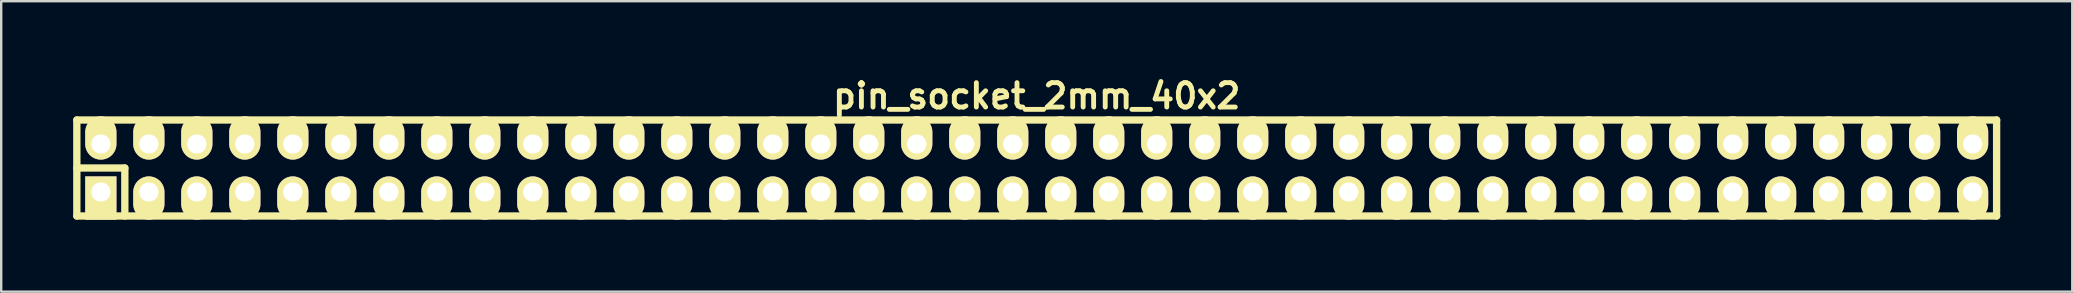
<source format=kicad_pcb>
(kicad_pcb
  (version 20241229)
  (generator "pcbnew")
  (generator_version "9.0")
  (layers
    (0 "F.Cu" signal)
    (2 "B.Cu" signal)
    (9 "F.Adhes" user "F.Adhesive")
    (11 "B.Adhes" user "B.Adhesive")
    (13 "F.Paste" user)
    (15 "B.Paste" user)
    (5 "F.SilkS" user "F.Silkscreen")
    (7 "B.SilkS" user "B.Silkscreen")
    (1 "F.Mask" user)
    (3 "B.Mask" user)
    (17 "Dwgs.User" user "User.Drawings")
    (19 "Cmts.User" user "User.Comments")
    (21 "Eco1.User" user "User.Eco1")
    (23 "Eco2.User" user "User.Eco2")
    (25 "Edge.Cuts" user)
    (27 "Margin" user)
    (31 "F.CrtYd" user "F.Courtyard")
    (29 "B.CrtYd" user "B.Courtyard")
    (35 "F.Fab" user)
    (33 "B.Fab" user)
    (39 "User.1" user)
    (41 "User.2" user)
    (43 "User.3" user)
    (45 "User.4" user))
  (footprint "pin_socket_2mm_40x2"
    (layer "F.Cu")
    (at 40.152 3.951)
    (property "Reference" "pin_socket_2mm_40x2" (at 0 -3 0) (layer "F.SilkS") (effects (font (size 1.016 1.016) (thickness 0.203))))
    (attr through_hole)
    (fp_line (start -40 -2) (end 40 -2) (stroke (width 0.305) (type solid)) (layer "F.SilkS"))
    (fp_line (start -40 0) (end -38 0) (stroke (width 0.305) (type solid)) (layer "F.SilkS"))
    (fp_line (start -40 2) (end -40 -2) (stroke (width 0.305) (type solid)) (layer "F.SilkS"))
    (fp_line (start -38 0) (end -38 2) (stroke (width 0.305) (type solid)) (layer "F.SilkS"))
    (fp_line (start 40 -2) (end 40 2) (stroke (width 0.305) (type solid)) (layer "F.SilkS"))
    (fp_line (start 40 2) (end -40 2) (stroke (width 0.305) (type solid)) (layer "F.SilkS"))
    (pad "1" thru_hole rect (at -39 1) (size 1.3 1.8) (drill 0.8 (offset 0 0.25)) (layers "*.Cu" "*.Mask" "F.SilkS"))
    (pad "2" thru_hole oval (at -39 -1) (size 1.3 1.8) (drill 0.8 (offset 0 -0.25)) (layers "*.Cu" "*.Mask" "F.SilkS"))
    (pad "3" thru_hole oval (at -37 1) (size 1.3 1.8) (drill 0.8 (offset 0 0.25)) (layers "*.Cu" "*.Mask" "F.SilkS"))
    (pad "4" thru_hole oval (at -37 -1) (size 1.3 1.8) (drill 0.8 (offset 0 -0.25)) (layers "*.Cu" "*.Mask" "F.SilkS"))
    (pad "5" thru_hole oval (at -35 1) (size 1.3 1.8) (drill 0.8 (offset 0 0.25)) (layers "*.Cu" "*.Mask" "F.SilkS"))
    (pad "6" thru_hole oval (at -35 -1) (size 1.3 1.8) (drill 0.8 (offset 0 -0.25)) (layers "*.Cu" "*.Mask" "F.SilkS"))
    (pad "7" thru_hole oval (at -33 1) (size 1.3 1.8) (drill 0.8 (offset 0 0.25)) (layers "*.Cu" "*.Mask" "F.SilkS"))
    (pad "8" thru_hole oval (at -33 -1) (size 1.3 1.8) (drill 0.8 (offset 0 -0.25)) (layers "*.Cu" "*.Mask" "F.SilkS"))
    (pad "9" thru_hole oval (at -31 1) (size 1.3 1.8) (drill 0.8 (offset 0 0.25)) (layers "*.Cu" "*.Mask" "F.SilkS"))
    (pad "10" thru_hole oval (at -31 -1) (size 1.3 1.8) (drill 0.8 (offset 0 -0.25)) (layers "*.Cu" "*.Mask" "F.SilkS"))
    (pad "11" thru_hole oval (at -29 1) (size 1.3 1.8) (drill 0.8 (offset 0 0.25)) (layers "*.Cu" "*.Mask" "F.SilkS"))
    (pad "12" thru_hole oval (at -29 -1) (size 1.3 1.8) (drill 0.8 (offset 0 -0.25)) (layers "*.Cu" "*.Mask" "F.SilkS"))
    (pad "13" thru_hole oval (at -27 1) (size 1.3 1.8) (drill 0.8 (offset 0 0.25)) (layers "*.Cu" "*.Mask" "F.SilkS"))
    (pad "14" thru_hole oval (at -27 -1) (size 1.3 1.8) (drill 0.8 (offset 0 -0.25)) (layers "*.Cu" "*.Mask" "F.SilkS"))
    (pad "15" thru_hole oval (at -25 1) (size 1.3 1.8) (drill 0.8 (offset 0 0.25)) (layers "*.Cu" "*.Mask" "F.SilkS"))
    (pad "16" thru_hole oval (at -25 -1) (size 1.3 1.8) (drill 0.8 (offset 0 -0.25)) (layers "*.Cu" "*.Mask" "F.SilkS"))
    (pad "17" thru_hole oval (at -23 1) (size 1.3 1.8) (drill 0.8 (offset 0 0.25)) (layers "*.Cu" "*.Mask" "F.SilkS"))
    (pad "18" thru_hole oval (at -23 -1) (size 1.3 1.8) (drill 0.8 (offset 0 -0.25)) (layers "*.Cu" "*.Mask" "F.SilkS"))
    (pad "19" thru_hole oval (at -21 1) (size 1.3 1.8) (drill 0.8 (offset 0 0.25)) (layers "*.Cu" "*.Mask" "F.SilkS"))
    (pad "20" thru_hole oval (at -21 -1) (size 1.3 1.8) (drill 0.8 (offset 0 -0.25)) (layers "*.Cu" "*.Mask" "F.SilkS"))
    (pad "21" thru_hole oval (at -19 1) (size 1.3 1.8) (drill 0.8 (offset 0 0.25)) (layers "*.Cu" "*.Mask" "F.SilkS"))
    (pad "22" thru_hole oval (at -19 -1) (size 1.3 1.8) (drill 0.8 (offset 0 -0.25)) (layers "*.Cu" "*.Mask" "F.SilkS"))
    (pad "23" thru_hole oval (at -17 1) (size 1.3 1.8) (drill 0.8 (offset 0 0.25)) (layers "*.Cu" "*.Mask" "F.SilkS"))
    (pad "24" thru_hole oval (at -17 -1) (size 1.3 1.8) (drill 0.8 (offset 0 -0.25)) (layers "*.Cu" "*.Mask" "F.SilkS"))
    (pad "25" thru_hole oval (at -15 1) (size 1.3 1.8) (drill 0.8 (offset 0 0.25)) (layers "*.Cu" "*.Mask" "F.SilkS"))
    (pad "26" thru_hole oval (at -15 -1) (size 1.3 1.8) (drill 0.8 (offset 0 -0.25)) (layers "*.Cu" "*.Mask" "F.SilkS"))
    (pad "27" thru_hole oval (at -13 1) (size 1.3 1.8) (drill 0.8 (offset 0 0.25)) (layers "*.Cu" "*.Mask" "F.SilkS"))
    (pad "28" thru_hole oval (at -13 -1) (size 1.3 1.8) (drill 0.8 (offset 0 -0.25)) (layers "*.Cu" "*.Mask" "F.SilkS"))
    (pad "29" thru_hole oval (at -11 1) (size 1.3 1.8) (drill 0.8 (offset 0 0.25)) (layers "*.Cu" "*.Mask" "F.SilkS"))
    (pad "30" thru_hole oval (at -11 -1) (size 1.3 1.8) (drill 0.8 (offset 0 -0.25)) (layers "*.Cu" "*.Mask" "F.SilkS"))
    (pad "31" thru_hole oval (at -9 1) (size 1.3 1.8) (drill 0.8 (offset 0 0.25)) (layers "*.Cu" "*.Mask" "F.SilkS"))
    (pad "32" thru_hole oval (at -9 -1) (size 1.3 1.8) (drill 0.8 (offset 0 -0.25)) (layers "*.Cu" "*.Mask" "F.SilkS"))
    (pad "33" thru_hole oval (at -7 1) (size 1.3 1.8) (drill 0.8 (offset 0 0.25)) (layers "*.Cu" "*.Mask" "F.SilkS"))
    (pad "34" thru_hole oval (at -7 -1) (size 1.3 1.8) (drill 0.8 (offset 0 -0.25)) (layers "*.Cu" "*.Mask" "F.SilkS"))
    (pad "35" thru_hole oval (at -5 1) (size 1.3 1.8) (drill 0.8 (offset 0 0.25)) (layers "*.Cu" "*.Mask" "F.SilkS"))
    (pad "36" thru_hole oval (at -5 -1) (size 1.3 1.8) (drill 0.8 (offset 0 -0.25)) (layers "*.Cu" "*.Mask" "F.SilkS"))
    (pad "37" thru_hole oval (at -3 1) (size 1.3 1.8) (drill 0.8 (offset 0 0.25)) (layers "*.Cu" "*.Mask" "F.SilkS"))
    (pad "38" thru_hole oval (at -3 -1) (size 1.3 1.8) (drill 0.8 (offset 0 -0.25)) (layers "*.Cu" "*.Mask" "F.SilkS"))
    (pad "39" thru_hole oval (at -1 1) (size 1.3 1.8) (drill 0.8 (offset 0 0.25)) (layers "*.Cu" "*.Mask" "F.SilkS"))
    (pad "40" thru_hole oval (at -1 -1) (size 1.3 1.8) (drill 0.8 (offset 0 -0.25)) (layers "*.Cu" "*.Mask" "F.SilkS"))
    (pad "41" thru_hole oval (at 1 1) (size 1.3 1.8) (drill 0.8 (offset 0 0.25)) (layers "*.Cu" "*.Mask" "F.SilkS"))
    (pad "42" thru_hole oval (at 1 -1) (size 1.3 1.8) (drill 0.8 (offset 0 -0.25)) (layers "*.Cu" "*.Mask" "F.SilkS"))
    (pad "43" thru_hole oval (at 3 1) (size 1.3 1.8) (drill 0.8 (offset 0 0.25)) (layers "*.Cu" "*.Mask" "F.SilkS"))
    (pad "44" thru_hole oval (at 3 -1) (size 1.3 1.8) (drill 0.8 (offset 0 -0.25)) (layers "*.Cu" "*.Mask" "F.SilkS"))
    (pad "45" thru_hole oval (at 5 1) (size 1.3 1.8) (drill 0.8 (offset 0 0.25)) (layers "*.Cu" "*.Mask" "F.SilkS"))
    (pad "46" thru_hole oval (at 5 -1) (size 1.3 1.8) (drill 0.8 (offset 0 -0.25)) (layers "*.Cu" "*.Mask" "F.SilkS"))
    (pad "47" thru_hole oval (at 7 1) (size 1.3 1.8) (drill 0.8 (offset 0 0.25)) (layers "*.Cu" "*.Mask" "F.SilkS"))
    (pad "48" thru_hole oval (at 7 -1) (size 1.3 1.8) (drill 0.8 (offset 0 -0.25)) (layers "*.Cu" "*.Mask" "F.SilkS"))
    (pad "49" thru_hole oval (at 9 1) (size 1.3 1.8) (drill 0.8 (offset 0 0.25)) (layers "*.Cu" "*.Mask" "F.SilkS"))
    (pad "50" thru_hole oval (at 9 -1) (size 1.3 1.8) (drill 0.8 (offset 0 -0.25)) (layers "*.Cu" "*.Mask" "F.SilkS"))
    (pad "51" thru_hole oval (at 11 1) (size 1.3 1.8) (drill 0.8 (offset 0 0.25)) (layers "*.Cu" "*.Mask" "F.SilkS"))
    (pad "52" thru_hole oval (at 11 -1) (size 1.3 1.8) (drill 0.8 (offset 0 -0.25)) (layers "*.Cu" "*.Mask" "F.SilkS"))
    (pad "53" thru_hole oval (at 13 1) (size 1.3 1.8) (drill 0.8 (offset 0 0.25)) (layers "*.Cu" "*.Mask" "F.SilkS"))
    (pad "54" thru_hole oval (at 13 -1) (size 1.3 1.8) (drill 0.8 (offset 0 -0.25)) (layers "*.Cu" "*.Mask" "F.SilkS"))
    (pad "55" thru_hole oval (at 15 1) (size 1.3 1.8) (drill 0.8 (offset 0 0.25)) (layers "*.Cu" "*.Mask" "F.SilkS"))
    (pad "56" thru_hole oval (at 15 -1) (size 1.3 1.8) (drill 0.8 (offset 0 -0.25)) (layers "*.Cu" "*.Mask" "F.SilkS"))
    (pad "57" thru_hole oval (at 17 1) (size 1.3 1.8) (drill 0.8 (offset 0 0.25)) (layers "*.Cu" "*.Mask" "F.SilkS"))
    (pad "58" thru_hole oval (at 17 -1) (size 1.3 1.8) (drill 0.8 (offset 0 -0.25)) (layers "*.Cu" "*.Mask" "F.SilkS"))
    (pad "59" thru_hole oval (at 19 1) (size 1.3 1.8) (drill 0.8 (offset 0 0.25)) (layers "*.Cu" "*.Mask" "F.SilkS"))
    (pad "60" thru_hole oval (at 19 -1) (size 1.3 1.8) (drill 0.8 (offset 0 -0.25)) (layers "*.Cu" "*.Mask" "F.SilkS"))
    (pad "61" thru_hole oval (at 21 1) (size 1.3 1.8) (drill 0.8 (offset 0 0.25)) (layers "*.Cu" "*.Mask" "F.SilkS"))
    (pad "62" thru_hole oval (at 21 -1) (size 1.3 1.8) (drill 0.8 (offset 0 -0.25)) (layers "*.Cu" "*.Mask" "F.SilkS"))
    (pad "63" thru_hole oval (at 23 1) (size 1.3 1.8) (drill 0.8 (offset 0 0.25)) (layers "*.Cu" "*.Mask" "F.SilkS"))
    (pad "64" thru_hole oval (at 23 -1) (size 1.3 1.8) (drill 0.8 (offset 0 -0.25)) (layers "*.Cu" "*.Mask" "F.SilkS"))
    (pad "65" thru_hole oval (at 25 1) (size 1.3 1.8) (drill 0.8 (offset 0 0.25)) (layers "*.Cu" "*.Mask" "F.SilkS"))
    (pad "66" thru_hole oval (at 25 -1) (size 1.3 1.8) (drill 0.8 (offset 0 -0.25)) (layers "*.Cu" "*.Mask" "F.SilkS"))
    (pad "67" thru_hole oval (at 27 1) (size 1.3 1.8) (drill 0.8 (offset 0 0.25)) (layers "*.Cu" "*.Mask" "F.SilkS"))
    (pad "68" thru_hole oval (at 27 -1) (size 1.3 1.8) (drill 0.8 (offset 0 -0.25)) (layers "*.Cu" "*.Mask" "F.SilkS"))
    (pad "69" thru_hole oval (at 29 1) (size 1.3 1.8) (drill 0.8 (offset 0 0.25)) (layers "*.Cu" "*.Mask" "F.SilkS"))
    (pad "70" thru_hole oval (at 29 -1) (size 1.3 1.8) (drill 0.8 (offset 0 -0.25)) (layers "*.Cu" "*.Mask" "F.SilkS"))
    (pad "71" thru_hole oval (at 31 1) (size 1.3 1.8) (drill 0.8 (offset 0 0.25)) (layers "*.Cu" "*.Mask" "F.SilkS"))
    (pad "72" thru_hole oval (at 31 -1) (size 1.3 1.8) (drill 0.8 (offset 0 -0.25)) (layers "*.Cu" "*.Mask" "F.SilkS"))
    (pad "73" thru_hole oval (at 33 1) (size 1.3 1.8) (drill 0.8 (offset 0 0.25)) (layers "*.Cu" "*.Mask" "F.SilkS"))
    (pad "74" thru_hole oval (at 33 -1) (size 1.3 1.8) (drill 0.8 (offset 0 -0.25)) (layers "*.Cu" "*.Mask" "F.SilkS"))
    (pad "75" thru_hole oval (at 35 1) (size 1.3 1.8) (drill 0.8 (offset 0 0.25)) (layers "*.Cu" "*.Mask" "F.SilkS"))
    (pad "76" thru_hole oval (at 35 -1) (size 1.3 1.8) (drill 0.8 (offset 0 -0.25)) (layers "*.Cu" "*.Mask" "F.SilkS"))
    (pad "77" thru_hole oval (at 37 1) (size 1.3 1.8) (drill 0.8 (offset 0 0.25)) (layers "*.Cu" "*.Mask" "F.SilkS"))
    (pad "78" thru_hole oval (at 37 -1) (size 1.3 1.8) (drill 0.8 (offset 0 -0.25)) (layers "*.Cu" "*.Mask" "F.SilkS"))
    (pad "79" thru_hole oval (at 39 1) (size 1.3 1.8) (drill 0.8 (offset 0 0.25)) (layers "*.Cu" "*.Mask" "F.SilkS"))
    (pad "80" thru_hole oval (at 39 -1) (size 1.3 1.8) (drill 0.8 (offset 0 -0.25)) (layers "*.Cu" "*.Mask" "F.SilkS")))
  (gr_rect
    (start -3 -3)
    (end 83.305 9.103)
    (stroke (width 0.1) (type default))
    (fill no)
    (layer "Edge.Cuts")))
</source>
